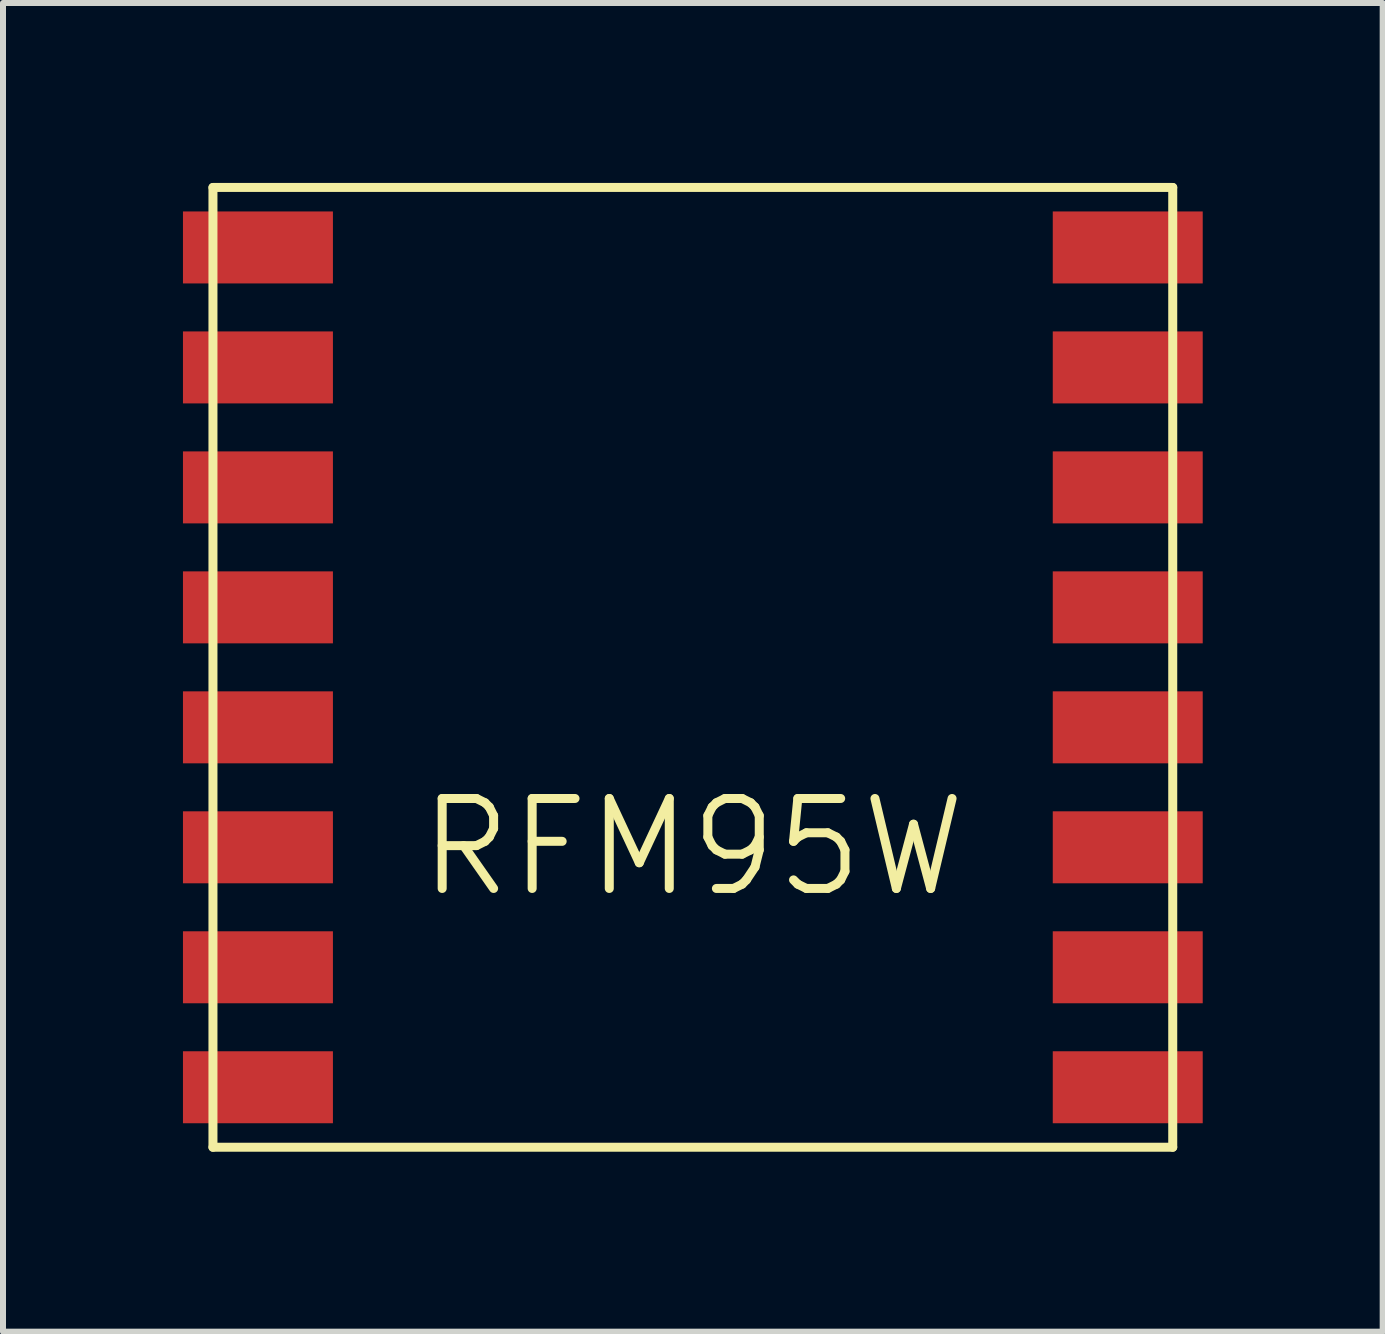
<source format=kicad_pcb>
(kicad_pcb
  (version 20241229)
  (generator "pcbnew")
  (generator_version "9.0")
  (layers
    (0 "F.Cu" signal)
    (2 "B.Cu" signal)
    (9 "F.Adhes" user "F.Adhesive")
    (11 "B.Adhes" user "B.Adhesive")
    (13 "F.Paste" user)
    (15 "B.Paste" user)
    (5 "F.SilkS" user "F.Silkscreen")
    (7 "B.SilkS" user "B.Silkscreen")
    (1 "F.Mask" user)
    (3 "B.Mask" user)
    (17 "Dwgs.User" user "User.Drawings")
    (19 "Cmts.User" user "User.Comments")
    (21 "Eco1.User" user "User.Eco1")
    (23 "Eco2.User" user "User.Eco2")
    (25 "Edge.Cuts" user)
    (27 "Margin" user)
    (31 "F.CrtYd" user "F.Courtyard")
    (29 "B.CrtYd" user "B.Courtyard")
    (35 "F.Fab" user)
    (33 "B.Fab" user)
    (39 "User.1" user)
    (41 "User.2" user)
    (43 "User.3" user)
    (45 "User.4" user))
  (footprint "RFM95W"
    (layer "F.Cu")
    (at 8.5 8.075)
    (property "Reference" "RFM95W" (at 0 3 0) (layer "F.SilkS") (effects (font (size 1.5 1.5) (thickness 0.15))))
    (attr through_hole)
    (fp_line (start -8 -8) (end 8 -8) (stroke (width 0.15) (type solid)) (layer "F.SilkS"))
    (fp_line (start -8 8) (end -8 -8) (stroke (width 0.15) (type solid)) (layer "F.SilkS"))
    (fp_line (start 8 -8) (end 8 8) (stroke (width 0.15) (type solid)) (layer "F.SilkS"))
    (fp_line (start 8 8) (end -8 8) (stroke (width 0.15) (type solid)) (layer "F.SilkS"))
    (pad "1" smd rect (at -7 -7) (size 2.5 1.2) (drill (offset -0.25 0)) (layers "F.Cu" "F.Mask" "F.Paste"))
    (pad "2" smd rect (at -7 -5) (size 2.5 1.2) (drill (offset -0.25 0)) (layers "F.Cu" "F.Mask" "F.Paste"))
    (pad "3" smd rect (at -7 -3) (size 2.5 1.2) (drill (offset -0.25 0)) (layers "F.Cu" "F.Mask" "F.Paste"))
    (pad "4" smd rect (at -7 -1) (size 2.5 1.2) (drill (offset -0.25 0)) (layers "F.Cu" "F.Mask" "F.Paste"))
    (pad "5" smd rect (at -7 1) (size 2.5 1.2) (drill (offset -0.25 0)) (layers "F.Cu" "F.Mask" "F.Paste"))
    (pad "6" smd rect (at -7 3) (size 2.5 1.2) (drill (offset -0.25 0)) (layers "F.Cu" "F.Mask" "F.Paste"))
    (pad "7" smd rect (at -7 5) (size 2.5 1.2) (drill (offset -0.25 0)) (layers "F.Cu" "F.Mask" "F.Paste"))
    (pad "8" smd rect (at -7 7) (size 2.5 1.2) (drill (offset -0.25 0)) (layers "F.Cu" "F.Mask" "F.Paste"))
    (pad "9" smd rect (at 7 7) (size 2.5 1.2) (drill (offset 0.25 0)) (layers "F.Cu" "F.Mask" "F.Paste"))
    (pad "10" smd rect (at 7 5) (size 2.5 1.2) (drill (offset 0.25 0)) (layers "F.Cu" "F.Mask" "F.Paste"))
    (pad "11" smd rect (at 7 3) (size 2.5 1.2) (drill (offset 0.25 0)) (layers "F.Cu" "F.Mask" "F.Paste"))
    (pad "12" smd rect (at 7 1) (size 2.5 1.2) (drill (offset 0.25 0)) (layers "F.Cu" "F.Mask" "F.Paste"))
    (pad "13" smd rect (at 7 -1) (size 2.5 1.2) (drill (offset 0.25 0)) (layers "F.Cu" "F.Mask" "F.Paste"))
    (pad "14" smd rect (at 7 -3) (size 2.5 1.2) (drill (offset 0.25 0)) (layers "F.Cu" "F.Mask" "F.Paste"))
    (pad "15" smd rect (at 7 -5) (size 2.5 1.2) (drill (offset 0.25 0)) (layers "F.Cu" "F.Mask" "F.Paste"))
    (pad "16" smd rect (at 7 -7) (size 2.5 1.2) (drill (offset 0.25 0)) (layers "F.Cu" "F.Mask" "F.Paste")))
  (gr_rect
    (start -3 -3)
    (end 20 19.15)
    (stroke (width 0.1) (type default))
    (fill no)
    (layer "Edge.Cuts")))
</source>
